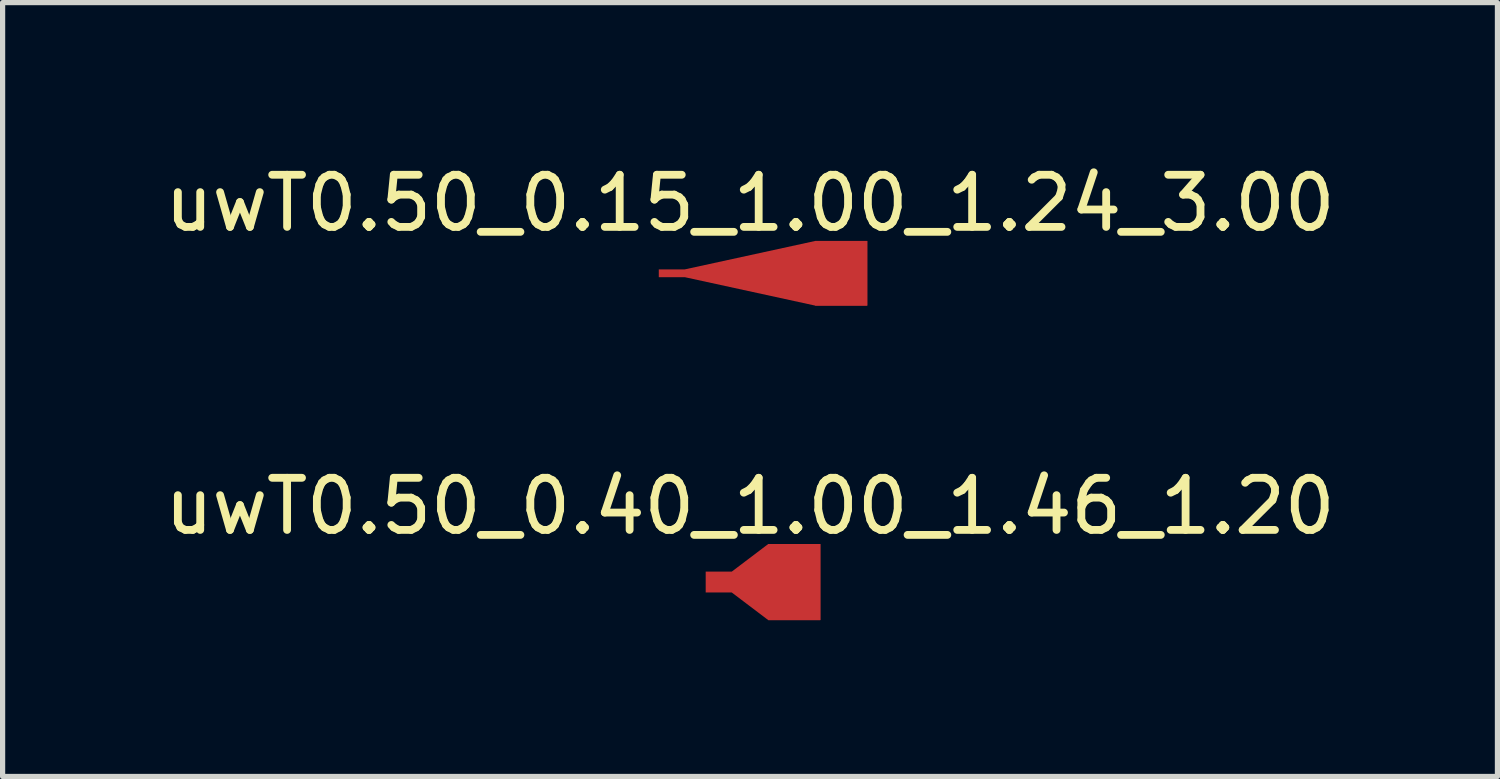
<source format=kicad_pcb>
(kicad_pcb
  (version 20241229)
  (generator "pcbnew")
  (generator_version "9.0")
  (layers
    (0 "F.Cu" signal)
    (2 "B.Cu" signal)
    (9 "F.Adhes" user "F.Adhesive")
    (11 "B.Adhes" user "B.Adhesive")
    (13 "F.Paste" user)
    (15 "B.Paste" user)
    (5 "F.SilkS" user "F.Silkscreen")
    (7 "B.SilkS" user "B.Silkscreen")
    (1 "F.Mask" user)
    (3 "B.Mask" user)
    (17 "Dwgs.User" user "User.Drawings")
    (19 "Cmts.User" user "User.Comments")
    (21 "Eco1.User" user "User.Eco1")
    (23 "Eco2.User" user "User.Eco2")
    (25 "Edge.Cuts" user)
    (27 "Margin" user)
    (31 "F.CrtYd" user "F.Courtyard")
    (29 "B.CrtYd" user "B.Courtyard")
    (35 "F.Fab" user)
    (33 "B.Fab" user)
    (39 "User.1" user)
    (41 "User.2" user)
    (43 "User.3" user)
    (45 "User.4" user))
  (footprint "uwT0.50_0.40_1.00_1.46_1.20"
    (layer "F.Cu")
    (at 10.739 8.117)
    (property "Reference" "uwT0.50_0.40_1.00_1.46_1.20" (at 0.6 -1.455 0) (layer "F.SilkS") (effects (font (size 1 1) (thickness 0.15))))
    (attr exclude_from_pos_files exclude_from_bom)
    (pad "1" smd custom (at 0 0) (size 0.5 0.4) (layers "F.Cu") (options (anchor rect)) (primitives (gr_poly (pts (xy -0.25 -0.2) (xy 0.25 -0.2) (xy 0.95 -0.73) (xy 1.95 -0.73) (xy 1.95 0.73) (xy 0.95 0.73) (xy 0.25 0.2) (xy -0.25 0.2)) (width 0) (fill yes))))
    (pad "1" smd rect (at 1.45 0) (size 1 1.46) (layers "F.Cu")))
  (footprint "uwT0.50_0.15_1.00_1.24_3.00"
    (layer "F.Cu")
    (at 9.839 2.193)
    (property "Reference" "uwT0.50_0.15_1.00_1.24_3.00" (at 1.5 -1.345 0) (layer "F.SilkS") (effects (font (size 1 1) (thickness 0.15))))
    (attr exclude_from_pos_files exclude_from_bom)
    (pad "1" smd custom (at 0 0) (size 0.5 0.15) (layers "F.Cu") (options (anchor rect)) (primitives (gr_poly (pts (xy -0.25 -0.075) (xy 0.25 -0.075) (xy 2.75 -0.62) (xy 3.75 -0.62) (xy 3.75 0.62) (xy 2.75 0.62) (xy 0.25 0.075) (xy -0.25 0.075)) (width 0) (fill yes))))
    (pad "1" smd rect (at 3.25 0) (size 1 1.24) (layers "F.Cu")))
  (gr_rect
    (start -3 -3)
    (end 25.679 11.847)
    (stroke (width 0.1) (type default))
    (fill no)
    (layer "Edge.Cuts")))
</source>
